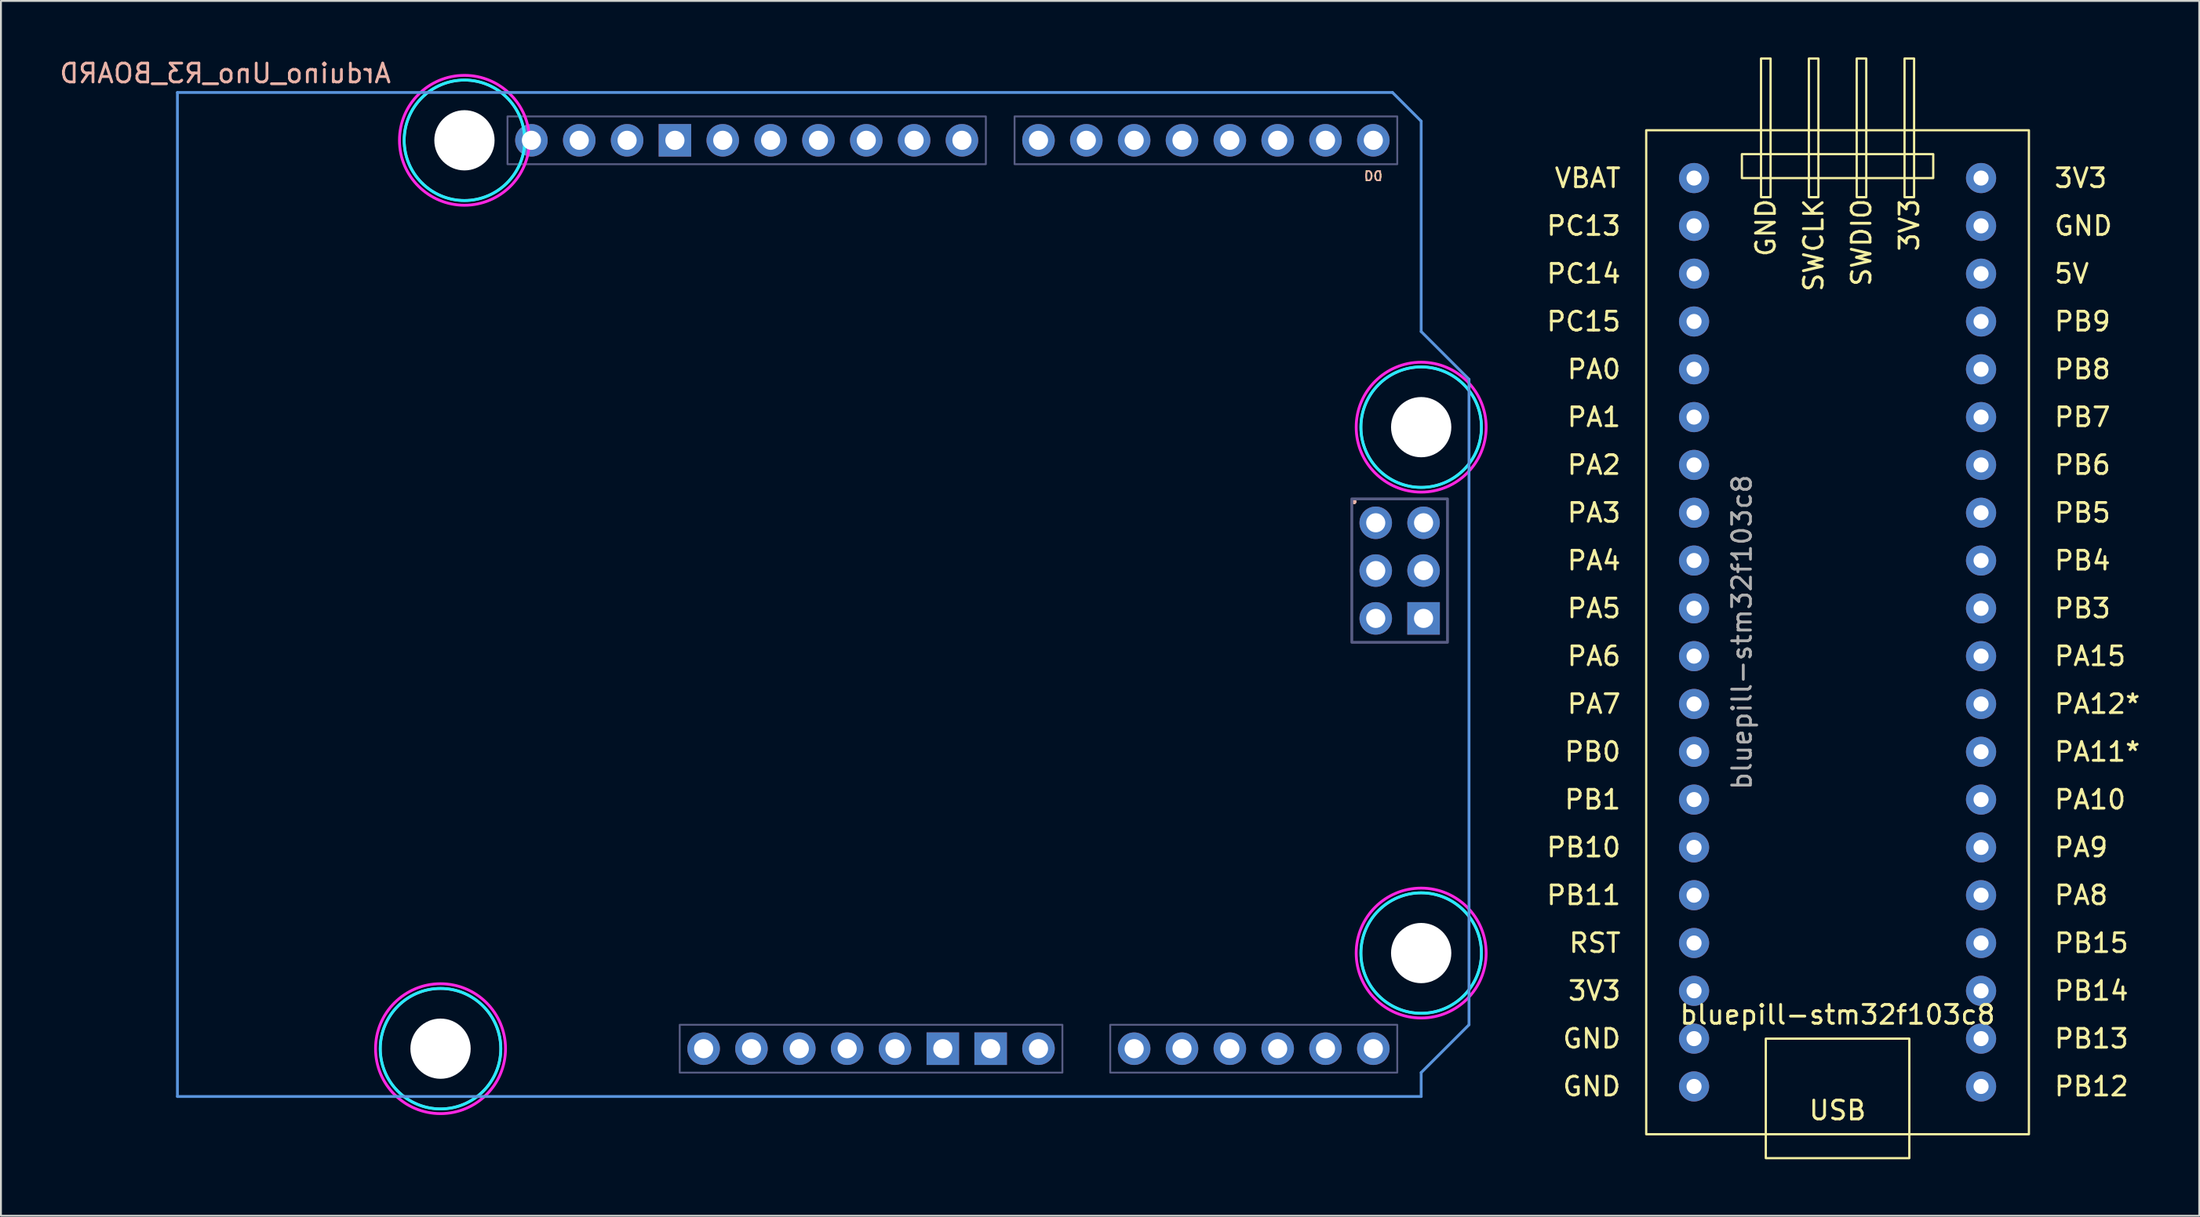
<source format=kicad_pcb>
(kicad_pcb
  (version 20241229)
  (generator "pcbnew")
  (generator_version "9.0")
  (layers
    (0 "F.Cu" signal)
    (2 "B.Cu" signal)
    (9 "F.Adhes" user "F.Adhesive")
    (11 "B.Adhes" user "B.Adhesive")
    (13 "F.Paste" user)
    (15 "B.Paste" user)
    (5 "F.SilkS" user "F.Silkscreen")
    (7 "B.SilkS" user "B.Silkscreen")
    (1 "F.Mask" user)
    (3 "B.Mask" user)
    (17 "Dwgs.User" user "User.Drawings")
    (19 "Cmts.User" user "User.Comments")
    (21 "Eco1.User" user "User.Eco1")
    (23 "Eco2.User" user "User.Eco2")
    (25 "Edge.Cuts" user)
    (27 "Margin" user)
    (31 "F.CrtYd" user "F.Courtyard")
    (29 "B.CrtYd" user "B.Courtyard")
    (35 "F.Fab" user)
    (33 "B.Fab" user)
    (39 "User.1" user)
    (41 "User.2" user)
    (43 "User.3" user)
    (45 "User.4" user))
  (footprint "Arduino_Uno_R3_BOARD"
    (layer "F.Cu")
    (at 6.371 55.204)
    (property "Reference" "Arduino_Uno_R3_BOARD" (at 2.54 -54.356 0) (layer "B.SilkS") (effects (font (size 1 1) (thickness 0.15)) (justify mirror)))
    (attr through_hole)
    (fp_line (start 0 -53.34) (end 0 0) (stroke (width 0.15) (type solid)) (layer "Cmts.User"))
    (fp_line (start 0 -53.34) (end 64.516 -53.34) (stroke (width 0.15) (type solid)) (layer "Cmts.User"))
    (fp_line (start 0 0) (end 66.04 0) (stroke (width 0.15) (type solid)) (layer "Cmts.User"))
    (fp_line (start 64.516 -53.34) (end 66.04 -51.816) (stroke (width 0.15) (type solid)) (layer "Cmts.User"))
    (fp_line (start 66.04 -40.64) (end 66.04 -51.816) (stroke (width 0.15) (type solid)) (layer "Cmts.User"))
    (fp_line (start 66.04 -1.27) (end 68.58 -3.81) (stroke (width 0.15) (type solid)) (layer "Cmts.User"))
    (fp_line (start 66.04 0) (end 66.04 -1.27) (stroke (width 0.15) (type solid)) (layer "Cmts.User"))
    (fp_line (start 68.58 -38.1) (end 66.04 -40.64) (stroke (width 0.15) (type solid)) (layer "Cmts.User"))
    (fp_line (start 68.58 -3.81) (end 68.58 -38.1) (stroke (width 0.15) (type solid)) (layer "Cmts.User"))
    (fp_circle (center 13.97 -2.54) (end 17.17 -2.54) (stroke (width 0.15) (type solid)) (fill no) (layer "B.CrtYd"))
    (fp_circle (center 15.24 -50.8) (end 18.44 -50.8) (stroke (width 0.15) (type solid)) (fill no) (layer "B.CrtYd"))
    (fp_circle (center 66.04 -35.56) (end 69.24 -35.56) (stroke (width 0.15) (type solid)) (fill no) (layer "B.CrtYd"))
    (fp_circle (center 66.04 -7.62) (end 69.24 -7.62) (stroke (width 0.15) (type solid)) (fill no) (layer "B.CrtYd"))
    (fp_circle (center 13.97 -2.54) (end 17.42 -2.54) (stroke (width 0.15) (type solid)) (fill no) (layer "F.CrtYd"))
    (fp_circle (center 15.24 -50.8) (end 18.69 -50.8) (stroke (width 0.15) (type solid)) (fill no) (layer "F.CrtYd"))
    (fp_circle (center 66.04 -35.56) (end 69.49 -35.56) (stroke (width 0.15) (type solid)) (fill no) (layer "F.CrtYd"))
    (fp_circle (center 66.04 -7.62) (end 69.49 -7.62) (stroke (width 0.15) (type solid)) (fill no) (layer "F.CrtYd"))
    (fp_rect (start 17.526 -52.07) (end 42.926 -49.53) (stroke (width 0.1) (type solid)) (fill no) (layer "B.Fab"))
    (fp_rect (start 26.67 -3.81) (end 46.99 -1.27) (stroke (width 0.1) (type solid)) (fill no) (layer "B.Fab"))
    (fp_rect (start 44.45 -52.07) (end 64.77 -49.53) (stroke (width 0.1) (type solid)) (fill no) (layer "B.Fab"))
    (fp_rect (start 49.53 -3.81) (end 64.77 -1.27) (stroke (width 0.1) (type solid)) (fill no) (layer "B.Fab"))
    (fp_rect (start 62.357 -31.75) (end 67.437 -24.13) (stroke (width 0.15) (type solid)) (fill no) (layer "B.Fab"))
    (fp_circle (center 13.97 -2.54) (end 17.17 -2.54) (stroke (width 0.15) (type solid)) (fill no) (layer "F.Fab"))
    (fp_circle (center 15.24 -50.8) (end 18.44 -50.8) (stroke (width 0.15) (type solid)) (fill no) (layer "F.Fab"))
    (fp_circle (center 66.04 -35.56) (end 69.24 -35.56) (stroke (width 0.15) (type solid)) (fill no) (layer "F.Fab"))
    (fp_circle (center 66.04 -7.62) (end 69.24 -7.62) (stroke (width 0.15) (type solid)) (fill no) (layer "F.Fab"))
    (fp_text user "." (at 62.484 -32.004 0) (layer "F.SilkS") (effects (font (size 1 1) (thickness 0.15))))
    (fp_text user "D0" (at 63.5 -48.895 0) (unlocked yes) (layer "F.SilkS") (effects (font (size 0.5 0.5) (thickness 0.075))))
    (fp_text user "." (at 62.484 -32.004 0) (layer "B.SilkS") (effects (font (size 1 1) (thickness 0.15))))
    (fp_text user "D0" (at 63.5 -48.895 0) (unlocked yes) (layer "B.SilkS") (effects (font (size 0.5 0.5) (thickness 0.075)) (justify mirror)))
    (pad "" np_thru_hole circle (at 13.97 -2.54) (size 3.2 3.2) (drill 3.2) (layers "*.Cu" "*.Mask"))
    (pad "" np_thru_hole circle (at 15.24 -50.8) (size 3.2 3.2) (drill 3.2) (layers "*.Cu" "*.Mask"))
    (pad "" thru_hole oval (at 27.94 -2.54) (size 1.727 1.727) (drill 1.016) (layers "*.Cu" "*.Mask"))
    (pad "" np_thru_hole circle (at 66.04 -35.56) (size 3.2 3.2) (drill 3.2) (layers "*.Cu" "*.Mask"))
    (pad "" np_thru_hole circle (at 66.04 -7.62) (size 3.2 3.2) (drill 3.2) (layers "*.Cu" "*.Mask"))
    (pad "3V3" thru_hole oval (at 35.56 -2.54) (size 1.727 1.727) (drill 1.016) (layers "*.Cu" "*.Mask"))
    (pad "5V1" thru_hole oval (at 38.1 -2.54) (size 1.727 1.727) (drill 1.016) (layers "*.Cu" "*.Mask"))
    (pad "5V2" thru_hole oval (at 66.167 -30.48) (size 1.727 1.727) (drill 1.016) (layers "*.Cu" "*.Mask"))
    (pad "A0" thru_hole oval (at 50.8 -2.54) (size 1.727 1.727) (drill 1.016) (layers "*.Cu" "*.Mask"))
    (pad "A1" thru_hole oval (at 53.34 -2.54) (size 1.727 1.727) (drill 1.016) (layers "*.Cu" "*.Mask"))
    (pad "A2" thru_hole oval (at 55.88 -2.54) (size 1.727 1.727) (drill 1.016) (layers "*.Cu" "*.Mask"))
    (pad "A3" thru_hole oval (at 58.42 -2.54) (size 1.727 1.727) (drill 1.016) (layers "*.Cu" "*.Mask"))
    (pad "A4" thru_hole oval (at 60.96 -2.54) (size 1.727 1.727) (drill 1.016) (layers "*.Cu" "*.Mask"))
    (pad "A5" thru_hole oval (at 63.5 -2.54) (size 1.727 1.727) (drill 1.016) (layers "*.Cu" "*.Mask"))
    (pad "AREF" thru_hole oval (at 23.876 -50.8) (size 1.727 1.727) (drill 1.016) (layers "*.Cu" "*.Mask"))
    (pad "D0" thru_hole oval (at 63.5 -50.8) (size 1.727 1.727) (drill 1.016) (layers "*.Cu" "*.Mask"))
    (pad "D1" thru_hole oval (at 60.96 -50.8) (size 1.727 1.727) (drill 1.016) (layers "*.Cu" "*.Mask"))
    (pad "D2" thru_hole oval (at 58.42 -50.8) (size 1.727 1.727) (drill 1.016) (layers "*.Cu" "*.Mask"))
    (pad "D3" thru_hole oval (at 55.88 -50.8) (size 1.727 1.727) (drill 1.016) (layers "*.Cu" "*.Mask"))
    (pad "D4" thru_hole oval (at 53.34 -50.8) (size 1.727 1.727) (drill 1.016) (layers "*.Cu" "*.Mask"))
    (pad "D5" thru_hole oval (at 50.8 -50.8) (size 1.727 1.727) (drill 1.016) (layers "*.Cu" "*.Mask"))
    (pad "D6" thru_hole oval (at 48.26 -50.8) (size 1.727 1.727) (drill 1.016) (layers "*.Cu" "*.Mask"))
    (pad "D7" thru_hole oval (at 45.72 -50.8) (size 1.727 1.727) (drill 1.016) (layers "*.Cu" "*.Mask"))
    (pad "D8" thru_hole oval (at 41.656 -50.8) (size 1.727 1.727) (drill 1.016) (layers "*.Cu" "*.Mask"))
    (pad "D9" thru_hole oval (at 39.116 -50.8) (size 1.727 1.727) (drill 1.016) (layers "*.Cu" "*.Mask"))
    (pad "D10" thru_hole oval (at 36.576 -50.8) (size 1.727 1.727) (drill 1.016) (layers "*.Cu" "*.Mask"))
    (pad "D11" thru_hole oval (at 34.036 -50.8) (size 1.727 1.727) (drill 1.016) (layers "*.Cu" "*.Mask"))
    (pad "D12" thru_hole oval (at 31.496 -50.8) (size 1.727 1.727) (drill 1.016) (layers "*.Cu" "*.Mask"))
    (pad "D13" thru_hole oval (at 28.956 -50.8) (size 1.727 1.727) (drill 1.016) (layers "*.Cu" "*.Mask"))
    (pad "GND1" thru_hole rect (at 26.416 -50.8) (size 1.727 1.727) (drill 1.016) (layers "*.Cu" "*.Mask"))
    (pad "GND2" thru_hole rect (at 40.64 -2.54) (size 1.727 1.727) (drill 1.016) (layers "*.Cu" "*.Mask"))
    (pad "GND3" thru_hole rect (at 43.18 -2.54) (size 1.727 1.727) (drill 1.016) (layers "*.Cu" "*.Mask"))
    (pad "GND4" thru_hole rect (at 66.167 -25.4) (size 1.727 1.727) (drill 1.016) (layers "*.Cu" "*.Mask"))
    (pad "IORF" thru_hole oval (at 30.48 -2.54) (size 1.727 1.727) (drill 1.016) (layers "*.Cu" "*.Mask"))
    (pad "MISO" thru_hole oval (at 63.627 -30.48) (size 1.727 1.727) (drill 1.016) (layers "*.Cu" "*.Mask"))
    (pad "MOSI" thru_hole oval (at 66.167 -27.94) (size 1.727 1.727) (drill 1.016) (layers "*.Cu" "*.Mask"))
    (pad "RST1" thru_hole oval (at 33.02 -2.54) (size 1.727 1.727) (drill 1.016) (layers "*.Cu" "*.Mask"))
    (pad "RST2" thru_hole oval (at 63.627 -25.4) (size 1.727 1.727) (drill 1.016) (layers "*.Cu" "*.Mask"))
    (pad "SCK" thru_hole oval (at 63.627 -27.94) (size 1.727 1.727) (drill 1.016) (layers "*.Cu" "*.Mask"))
    (pad "SCL" thru_hole oval (at 18.796 -50.8) (size 1.727 1.727) (drill 1.016) (layers "*.Cu" "*.Mask"))
    (pad "SDA" thru_hole oval (at 21.336 -50.8) (size 1.727 1.727) (drill 1.016) (layers "*.Cu" "*.Mask"))
    (pad "VIN" thru_hole oval (at 45.72 -2.54) (size 1.727 1.727) (drill 1.016) (layers "*.Cu" "*.Mask")))
  (footprint "bluepill-stm32f103c8"
    (layer "F.Cu")
    (at 102.14 54.67)
    (property "Reference" "bluepill-stm32f103c8" (at -7.62 -3.81 0) (unlocked yes) (layer "F.SilkS") (effects (font (size 1 1) (thickness 0.15))))
    (attr through_hole)
    (fp_rect (start -17.78 -50.8) (end 2.54 2.54) (stroke (width 0.12) (type solid)) (fill no) (layer "F.SilkS"))
    (fp_rect (start -12.7 -49.53) (end -2.54 -48.26) (stroke (width 0.12) (type solid)) (fill no) (layer "F.SilkS"))
    (fp_rect (start -11.684 -54.61) (end -11.176 -47.244) (stroke (width 0.12) (type solid)) (fill no) (layer "F.SilkS"))
    (fp_rect (start -9.144 -54.61) (end -8.636 -47.244) (stroke (width 0.12) (type solid)) (fill no) (layer "F.SilkS"))
    (fp_rect (start -6.604 -54.61) (end -6.096 -47.244) (stroke (width 0.12) (type solid)) (fill no) (layer "F.SilkS"))
    (fp_rect (start -4.064 -54.61) (end -3.556 -47.244) (stroke (width 0.12) (type solid)) (fill no) (layer "F.SilkS"))
    (fp_rect (start -3.81 3.81) (end -11.43 -2.54) (stroke (width 0.12) (type solid)) (fill no) (layer "F.SilkS"))
    (fp_text user "PA3" (at -19.05 -30.48 0) (unlocked yes) (layer "F.SilkS") (effects (font (size 1 1) (thickness 0.15)) (justify right)))
    (fp_text user "RST" (at -19.05 -7.62 0) (unlocked yes) (layer "F.SilkS") (effects (font (size 1 1) (thickness 0.15)) (justify right)))
    (fp_text user "PA6" (at -19.05 -22.86 0) (unlocked yes) (layer "F.SilkS") (effects (font (size 1 1) (thickness 0.15)) (justify right)))
    (fp_text user "VBAT" (at -19.05 -48.26 0) (unlocked yes) (layer "F.SilkS") (effects (font (size 1 1) (thickness 0.15)) (justify right)))
    (fp_text user "PB10" (at -19.05 -12.7 0) (unlocked yes) (layer "F.SilkS") (effects (font (size 1 1) (thickness 0.15)) (justify right)))
    (fp_text user "USB" (at -7.62 1.27 0) (unlocked yes) (layer "F.SilkS") (effects (font (size 1 1) (thickness 0.15))))
    (fp_text user "GND" (at -19.05 0 0) (unlocked yes) (layer "F.SilkS") (effects (font (size 1 1) (thickness 0.15)) (justify right)))
    (fp_text user "PC13" (at -19.05 -45.72 0) (unlocked yes) (layer "F.SilkS") (effects (font (size 1 1) (thickness 0.15)) (justify right)))
    (fp_text user "5V" (at 3.81 -43.18 0) (unlocked yes) (layer "F.SilkS") (effects (font (size 1 1) (thickness 0.15)) (justify left)))
    (fp_text user "PA7" (at -19.05 -20.32 0) (unlocked yes) (layer "F.SilkS") (effects (font (size 1 1) (thickness 0.15)) (justify right)))
    (fp_text user "GND" (at -19.05 -2.54 0) (unlocked yes) (layer "F.SilkS") (effects (font (size 1 1) (thickness 0.15)) (justify right)))
    (fp_text user "3V3" (at -19.05 -5.08 0) (unlocked yes) (layer "F.SilkS") (effects (font (size 1 1) (thickness 0.15)) (justify right)))
    (fp_text user "PB13" (at 3.81 -2.54 0) (unlocked yes) (layer "F.SilkS") (effects (font (size 1 1) (thickness 0.15)) (justify left)))
    (fp_text user "PA5" (at -19.05 -25.4 0) (unlocked yes) (layer "F.SilkS") (effects (font (size 1 1) (thickness 0.15)) (justify right)))
    (fp_text user "PB3" (at 3.81 -25.4 0) (unlocked yes) (layer "F.SilkS") (effects (font (size 1 1) (thickness 0.15)) (justify left)))
    (fp_text user "PA1" (at -19.05 -35.56 0) (unlocked yes) (layer "F.SilkS") (effects (font (size 1 1) (thickness 0.15)) (justify right)))
    (fp_text user "PA2" (at -19.05 -33.02 0) (unlocked yes) (layer "F.SilkS") (effects (font (size 1 1) (thickness 0.15)) (justify right)))
    (fp_text user "PA9" (at 3.81 -12.7 0) (unlocked yes) (layer "F.SilkS") (effects (font (size 1 1) (thickness 0.15)) (justify left)))
    (fp_text user "PB9" (at 3.81 -40.64 0) (unlocked yes) (layer "F.SilkS") (effects (font (size 1 1) (thickness 0.15)) (justify left)))
    (fp_text user "PA12*" (at 3.81 -20.32 0) (unlocked yes) (layer "F.SilkS") (effects (font (size 1 1) (thickness 0.15)) (justify left)))
    (fp_text user "PC15" (at -19.05 -40.64 0) (unlocked yes) (layer "F.SilkS") (effects (font (size 1 1) (thickness 0.15)) (justify right)))
    (fp_text user "PA10" (at 3.81 -15.24 0) (unlocked yes) (layer "F.SilkS") (effects (font (size 1 1) (thickness 0.15)) (justify left)))
    (fp_text user "PB14" (at 3.81 -5.08 0) (unlocked yes) (layer "F.SilkS") (effects (font (size 1 1) (thickness 0.15)) (justify left)))
    (fp_text user "PB8" (at 3.81 -38.1 0) (unlocked yes) (layer "F.SilkS") (effects (font (size 1 1) (thickness 0.15)) (justify left)))
    (fp_text user "PB0" (at -19.05 -17.78 0) (unlocked yes) (layer "F.SilkS") (effects (font (size 1 1) (thickness 0.15)) (justify right)))
    (fp_text user "SWCLK" (at -8.89 -47.244 90) (unlocked yes) (layer "F.SilkS") (effects (font (size 1 1) (thickness 0.15)) (justify right)))
    (fp_text user "PB5" (at 3.81 -30.48 0) (unlocked yes) (layer "F.SilkS") (effects (font (size 1 1) (thickness 0.15)) (justify left)))
    (fp_text user "PA11*" (at 3.81 -17.78 0) (unlocked yes) (layer "F.SilkS") (effects (font (size 1 1) (thickness 0.15)) (justify left)))
    (fp_text user "3V3" (at 3.81 -48.26 0) (unlocked yes) (layer "F.SilkS") (effects (font (size 1 1) (thickness 0.15)) (justify left)))
    (fp_text user "GND" (at 3.81 -45.72 0) (unlocked yes) (layer "F.SilkS") (effects (font (size 1 1) (thickness 0.15)) (justify left)))
    (fp_text user "PB4" (at 3.81 -27.94 0) (unlocked yes) (layer "F.SilkS") (effects (font (size 1 1) (thickness 0.15)) (justify left)))
    (fp_text user "GND" (at -11.43 -47.244 90) (unlocked yes) (layer "F.SilkS") (effects (font (size 1 1) (thickness 0.15)) (justify right)))
    (fp_text user "PB6" (at 3.81 -33.02 0) (unlocked yes) (layer "F.SilkS") (effects (font (size 1 1) (thickness 0.15)) (justify left)))
    (fp_text user "PA15" (at 3.81 -22.86 0) (unlocked yes) (layer "F.SilkS") (effects (font (size 1 1) (thickness 0.15)) (justify left)))
    (fp_text user "PB15" (at 3.81 -7.62 0) (unlocked yes) (layer "F.SilkS") (effects (font (size 1 1) (thickness 0.15)) (justify left)))
    (fp_text user "3V3" (at -3.81 -47.244 90) (unlocked yes) (layer "F.SilkS") (effects (font (size 1 1) (thickness 0.15)) (justify right)))
    (fp_text user "PB7" (at 3.81 -35.56 0) (unlocked yes) (layer "F.SilkS") (effects (font (size 1 1) (thickness 0.15)) (justify left)))
    (fp_text user "SWDIO" (at -6.35 -47.244 90) (unlocked yes) (layer "F.SilkS") (effects (font (size 1 1) (thickness 0.15)) (justify right)))
    (fp_text user "PA8" (at 3.81 -10.16 0) (unlocked yes) (layer "F.SilkS") (effects (font (size 1 1) (thickness 0.15)) (justify left)))
    (fp_text user "PB12" (at 3.81 0 0) (unlocked yes) (layer "F.SilkS") (effects (font (size 1 1) (thickness 0.15)) (justify left)))
    (fp_text user "PB1" (at -19.05 -15.24 0) (unlocked yes) (layer "F.SilkS") (effects (font (size 1 1) (thickness 0.15)) (justify right)))
    (fp_text user "PC14" (at -19.05 -43.18 0) (unlocked yes) (layer "F.SilkS") (effects (font (size 1 1) (thickness 0.15)) (justify right)))
    (fp_text user "PA4" (at -19.05 -27.94 0) (unlocked yes) (layer "F.SilkS") (effects (font (size 1 1) (thickness 0.15)) (justify right)))
    (fp_text user "PA0" (at -19.05 -38.1 0) (unlocked yes) (layer "F.SilkS") (effects (font (size 1 1) (thickness 0.15)) (justify right)))
    (fp_text user "PB11" (at -19.05 -10.16 0) (unlocked yes) (layer "F.SilkS") (effects (font (size 1 1) (thickness 0.15)) (justify right)))
    (fp_text user "${REFERENCE}" (at -12.7 -24.13 90) (unlocked yes) (layer "F.Fab") (effects (font (size 1 1) (thickness 0.15))))
    (pad "1" thru_hole circle (at 0 0) (size 1.6 1.6) (drill 0.8) (layers "*.Cu" "*.Mask"))
    (pad "2" thru_hole circle (at 0 -2.54) (size 1.6 1.6) (drill 0.8) (layers "*.Cu" "*.Mask"))
    (pad "3" thru_hole circle (at 0 -5.08) (size 1.6 1.6) (drill 0.8) (layers "*.Cu" "*.Mask"))
    (pad "4" thru_hole circle (at 0 -7.62) (size 1.6 1.6) (drill 0.8) (layers "*.Cu" "*.Mask"))
    (pad "5" thru_hole circle (at 0 -10.16) (size 1.6 1.6) (drill 0.8) (layers "*.Cu" "*.Mask"))
    (pad "6" thru_hole circle (at 0 -12.7) (size 1.6 1.6) (drill 0.8) (layers "*.Cu" "*.Mask"))
    (pad "7" thru_hole circle (at 0 -15.24) (size 1.6 1.6) (drill 0.8) (layers "*.Cu" "*.Mask"))
    (pad "8" thru_hole circle (at 0 -17.78) (size 1.6 1.6) (drill 0.8) (layers "*.Cu" "*.Mask"))
    (pad "9" thru_hole circle (at 0 -20.32) (size 1.6 1.6) (drill 0.8) (layers "*.Cu" "*.Mask"))
    (pad "10" thru_hole circle (at 0 -22.86) (size 1.6 1.6) (drill 0.8) (layers "*.Cu" "*.Mask"))
    (pad "11" thru_hole circle (at 0 -25.4) (size 1.6 1.6) (drill 0.8) (layers "*.Cu" "*.Mask"))
    (pad "12" thru_hole circle (at 0 -27.94) (size 1.6 1.6) (drill 0.8) (layers "*.Cu" "*.Mask"))
    (pad "13" thru_hole circle (at 0 -30.48) (size 1.6 1.6) (drill 0.8) (layers "*.Cu" "*.Mask"))
    (pad "14" thru_hole circle (at 0 -33.02) (size 1.6 1.6) (drill 0.8) (layers "*.Cu" "*.Mask"))
    (pad "15" thru_hole circle (at 0 -35.56) (size 1.6 1.6) (drill 0.8) (layers "*.Cu" "*.Mask"))
    (pad "16" thru_hole circle (at 0 -38.1) (size 1.6 1.6) (drill 0.8) (layers "*.Cu" "*.Mask"))
    (pad "17" thru_hole circle (at 0 -40.64) (size 1.6 1.6) (drill 0.8) (layers "*.Cu" "*.Mask"))
    (pad "18" thru_hole circle (at 0 -43.18) (size 1.6 1.6) (drill 0.8) (layers "*.Cu" "*.Mask"))
    (pad "19" thru_hole circle (at 0 -45.72) (size 1.6 1.6) (drill 0.8) (layers "*.Cu" "*.Mask"))
    (pad "20" thru_hole circle (at 0 -48.26) (size 1.6 1.6) (drill 0.8) (layers "*.Cu" "*.Mask"))
    (pad "21" thru_hole circle (at -15.24 -48.26) (size 1.6 1.6) (drill 0.8) (layers "*.Cu" "*.Mask"))
    (pad "22" thru_hole circle (at -15.24 -45.72) (size 1.6 1.6) (drill 0.8) (layers "*.Cu" "*.Mask"))
    (pad "23" thru_hole circle (at -15.24 -43.18) (size 1.6 1.6) (drill 0.8) (layers "*.Cu" "*.Mask"))
    (pad "24" thru_hole circle (at -15.24 -40.64) (size 1.6 1.6) (drill 0.8) (layers "*.Cu" "*.Mask"))
    (pad "25" thru_hole circle (at -15.24 -38.1) (size 1.6 1.6) (drill 0.8) (layers "*.Cu" "*.Mask"))
    (pad "26" thru_hole circle (at -15.24 -35.56) (size 1.6 1.6) (drill 0.8) (layers "*.Cu" "*.Mask"))
    (pad "27" thru_hole circle (at -15.24 -33.02) (size 1.6 1.6) (drill 0.8) (layers "*.Cu" "*.Mask"))
    (pad "28" thru_hole circle (at -15.24 -30.48) (size 1.6 1.6) (drill 0.8) (layers "*.Cu" "*.Mask"))
    (pad "29" thru_hole circle (at -15.24 -27.94) (size 1.6 1.6) (drill 0.8) (layers "*.Cu" "*.Mask"))
    (pad "30" thru_hole circle (at -15.24 -25.4) (size 1.6 1.6) (drill 0.8) (layers "*.Cu" "*.Mask"))
    (pad "31" thru_hole circle (at -15.24 -22.86) (size 1.6 1.6) (drill 0.8) (layers "*.Cu" "*.Mask"))
    (pad "32" thru_hole circle (at -15.24 -20.32) (size 1.6 1.6) (drill 0.8) (layers "*.Cu" "*.Mask"))
    (pad "33" thru_hole circle (at -15.24 -17.78) (size 1.6 1.6) (drill 0.8) (layers "*.Cu" "*.Mask"))
    (pad "34" thru_hole circle (at -15.24 -15.24) (size 1.6 1.6) (drill 0.8) (layers "*.Cu" "*.Mask"))
    (pad "35" thru_hole circle (at -15.24 -12.7) (size 1.6 1.6) (drill 0.8) (layers "*.Cu" "*.Mask"))
    (pad "36" thru_hole circle (at -15.24 -10.16) (size 1.6 1.6) (drill 0.8) (layers "*.Cu" "*.Mask"))
    (pad "37" thru_hole circle (at -15.24 -7.62) (size 1.6 1.6) (drill 0.8) (layers "*.Cu" "*.Mask"))
    (pad "38" thru_hole circle (at -15.24 -5.08) (size 1.6 1.6) (drill 0.8) (layers "*.Cu" "*.Mask"))
    (pad "39" thru_hole circle (at -15.24 -2.54) (size 1.6 1.6) (drill 0.8) (layers "*.Cu" "*.Mask"))
    (pad "40" thru_hole circle (at -15.24 0) (size 1.6 1.6) (drill 0.8) (layers "*.Cu" "*.Mask")))
  (gr_rect
    (start -3 -3)
    (end 113.724 61.54)
    (stroke (width 0.1) (type default))
    (fill no)
    (layer "Edge.Cuts")))
</source>
